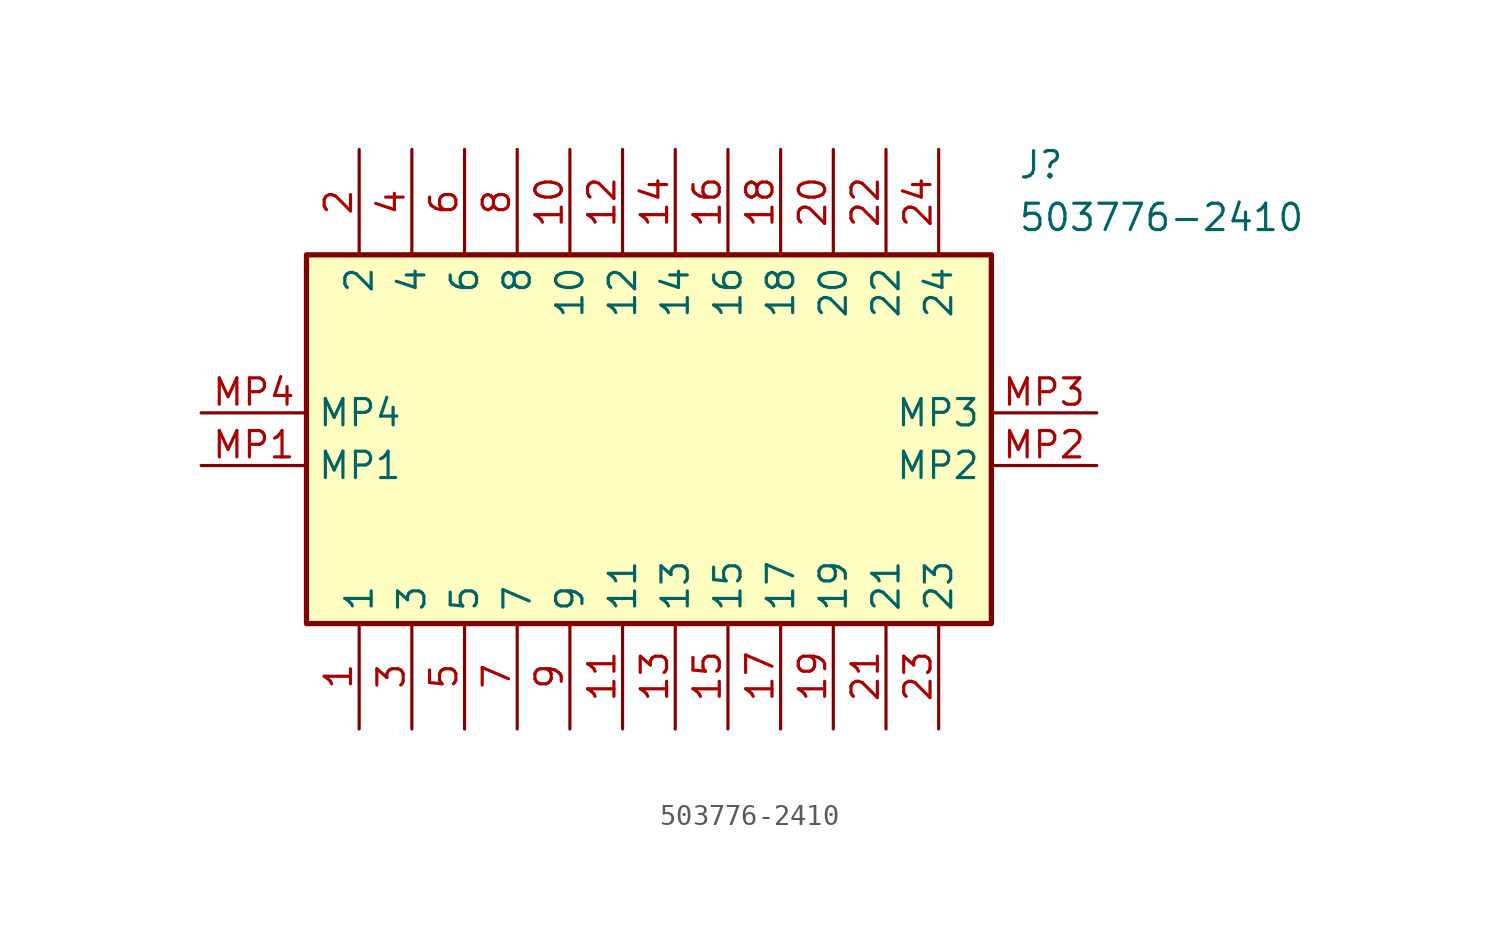
<source format=kicad_sym>
(kicad_symbol_lib
  (version 20211014)
  (generator SamacSys_ECAD_Model)
  (symbol "503776-2410"
    (property "Reference" "J"
      (at 39.37 12.7 0)
      (effects (font (size 1.27 1.27)) (justify left top)))
    (property "Value" "503776-2410"
      (at 39.37 10.16 0)
      (effects (font (size 1.27 1.27)) (justify left top)))
    (rectangle
      (start 5.08 7.62)
      (end 38.1 -10.16)
      (stroke (width 0.254) (type default))
      (fill (type background)))
    (pin passive line
      (at 7.62 -15.24 90)
      (length 5.08)
      (name "1" (effects (font (size 1.27 1.27))))
      (number "1" (effects (font (size 1.27 1.27)))))
    (pin passive line
      (at 7.62 12.7 270)
      (length 5.08)
      (name "2" (effects (font (size 1.27 1.27))))
      (number "2" (effects (font (size 1.27 1.27)))))
    (pin passive line
      (at 10.16 -15.24 90)
      (length 5.08)
      (name "3" (effects (font (size 1.27 1.27))))
      (number "3" (effects (font (size 1.27 1.27)))))
    (pin passive line
      (at 10.16 12.7 270)
      (length 5.08)
      (name "4" (effects (font (size 1.27 1.27))))
      (number "4" (effects (font (size 1.27 1.27)))))
    (pin passive line
      (at 12.7 -15.24 90)
      (length 5.08)
      (name "5" (effects (font (size 1.27 1.27))))
      (number "5" (effects (font (size 1.27 1.27)))))
    (pin passive line
      (at 12.7 12.7 270)
      (length 5.08)
      (name "6" (effects (font (size 1.27 1.27))))
      (number "6" (effects (font (size 1.27 1.27)))))
    (pin passive line
      (at 15.24 -15.24 90)
      (length 5.08)
      (name "7" (effects (font (size 1.27 1.27))))
      (number "7" (effects (font (size 1.27 1.27)))))
    (pin passive line
      (at 15.24 12.7 270)
      (length 5.08)
      (name "8" (effects (font (size 1.27 1.27))))
      (number "8" (effects (font (size 1.27 1.27)))))
    (pin passive line
      (at 17.78 -15.24 90)
      (length 5.08)
      (name "9" (effects (font (size 1.27 1.27))))
      (number "9" (effects (font (size 1.27 1.27)))))
    (pin passive line
      (at 17.78 12.7 270)
      (length 5.08)
      (name "10" (effects (font (size 1.27 1.27))))
      (number "10" (effects (font (size 1.27 1.27)))))
    (pin passive line
      (at 20.32 -15.24 90)
      (length 5.08)
      (name "11" (effects (font (size 1.27 1.27))))
      (number "11" (effects (font (size 1.27 1.27)))))
    (pin passive line
      (at 20.32 12.7 270)
      (length 5.08)
      (name "12" (effects (font (size 1.27 1.27))))
      (number "12" (effects (font (size 1.27 1.27)))))
    (pin passive line
      (at 22.86 -15.24 90)
      (length 5.08)
      (name "13" (effects (font (size 1.27 1.27))))
      (number "13" (effects (font (size 1.27 1.27)))))
    (pin passive line
      (at 22.86 12.7 270)
      (length 5.08)
      (name "14" (effects (font (size 1.27 1.27))))
      (number "14" (effects (font (size 1.27 1.27)))))
    (pin passive line
      (at 25.4 -15.24 90)
      (length 5.08)
      (name "15" (effects (font (size 1.27 1.27))))
      (number "15" (effects (font (size 1.27 1.27)))))
    (pin passive line
      (at 25.4 12.7 270)
      (length 5.08)
      (name "16" (effects (font (size 1.27 1.27))))
      (number "16" (effects (font (size 1.27 1.27)))))
    (pin passive line
      (at 27.94 -15.24 90)
      (length 5.08)
      (name "17" (effects (font (size 1.27 1.27))))
      (number "17" (effects (font (size 1.27 1.27)))))
    (pin passive line
      (at 27.94 12.7 270)
      (length 5.08)
      (name "18" (effects (font (size 1.27 1.27))))
      (number "18" (effects (font (size 1.27 1.27)))))
    (pin passive line
      (at 30.48 -15.24 90)
      (length 5.08)
      (name "19" (effects (font (size 1.27 1.27))))
      (number "19" (effects (font (size 1.27 1.27)))))
    (pin passive line
      (at 30.48 12.7 270)
      (length 5.08)
      (name "20" (effects (font (size 1.27 1.27))))
      (number "20" (effects (font (size 1.27 1.27)))))
    (pin passive line
      (at 33.02 -15.24 90)
      (length 5.08)
      (name "21" (effects (font (size 1.27 1.27))))
      (number "21" (effects (font (size 1.27 1.27)))))
    (pin passive line
      (at 33.02 12.7 270)
      (length 5.08)
      (name "22" (effects (font (size 1.27 1.27))))
      (number "22" (effects (font (size 1.27 1.27)))))
    (pin passive line
      (at 35.56 -15.24 90)
      (length 5.08)
      (name "23" (effects (font (size 1.27 1.27))))
      (number "23" (effects (font (size 1.27 1.27)))))
    (pin passive line
      (at 35.56 12.7 270)
      (length 5.08)
      (name "24" (effects (font (size 1.27 1.27))))
      (number "24" (effects (font (size 1.27 1.27)))))
    (pin passive line
      (at 0 -2.54 0)
      (length 5.08)
      (name "MP1" (effects (font (size 1.27 1.27))))
      (number "MP1" (effects (font (size 1.27 1.27)))))
    (pin passive line
      (at 43.18 -2.54 180)
      (length 5.08)
      (name "MP2" (effects (font (size 1.27 1.27))))
      (number "MP2" (effects (font (size 1.27 1.27)))))
    (pin passive line
      (at 43.18 0 180)
      (length 5.08)
      (name "MP3" (effects (font (size 1.27 1.27))))
      (number "MP3" (effects (font (size 1.27 1.27)))))
    (pin passive line
      (at 0 0 0)
      (length 5.08)
      (name "MP4" (effects (font (size 1.27 1.27))))
      (number "MP4" (effects (font (size 1.27 1.27)))))))
</source>
